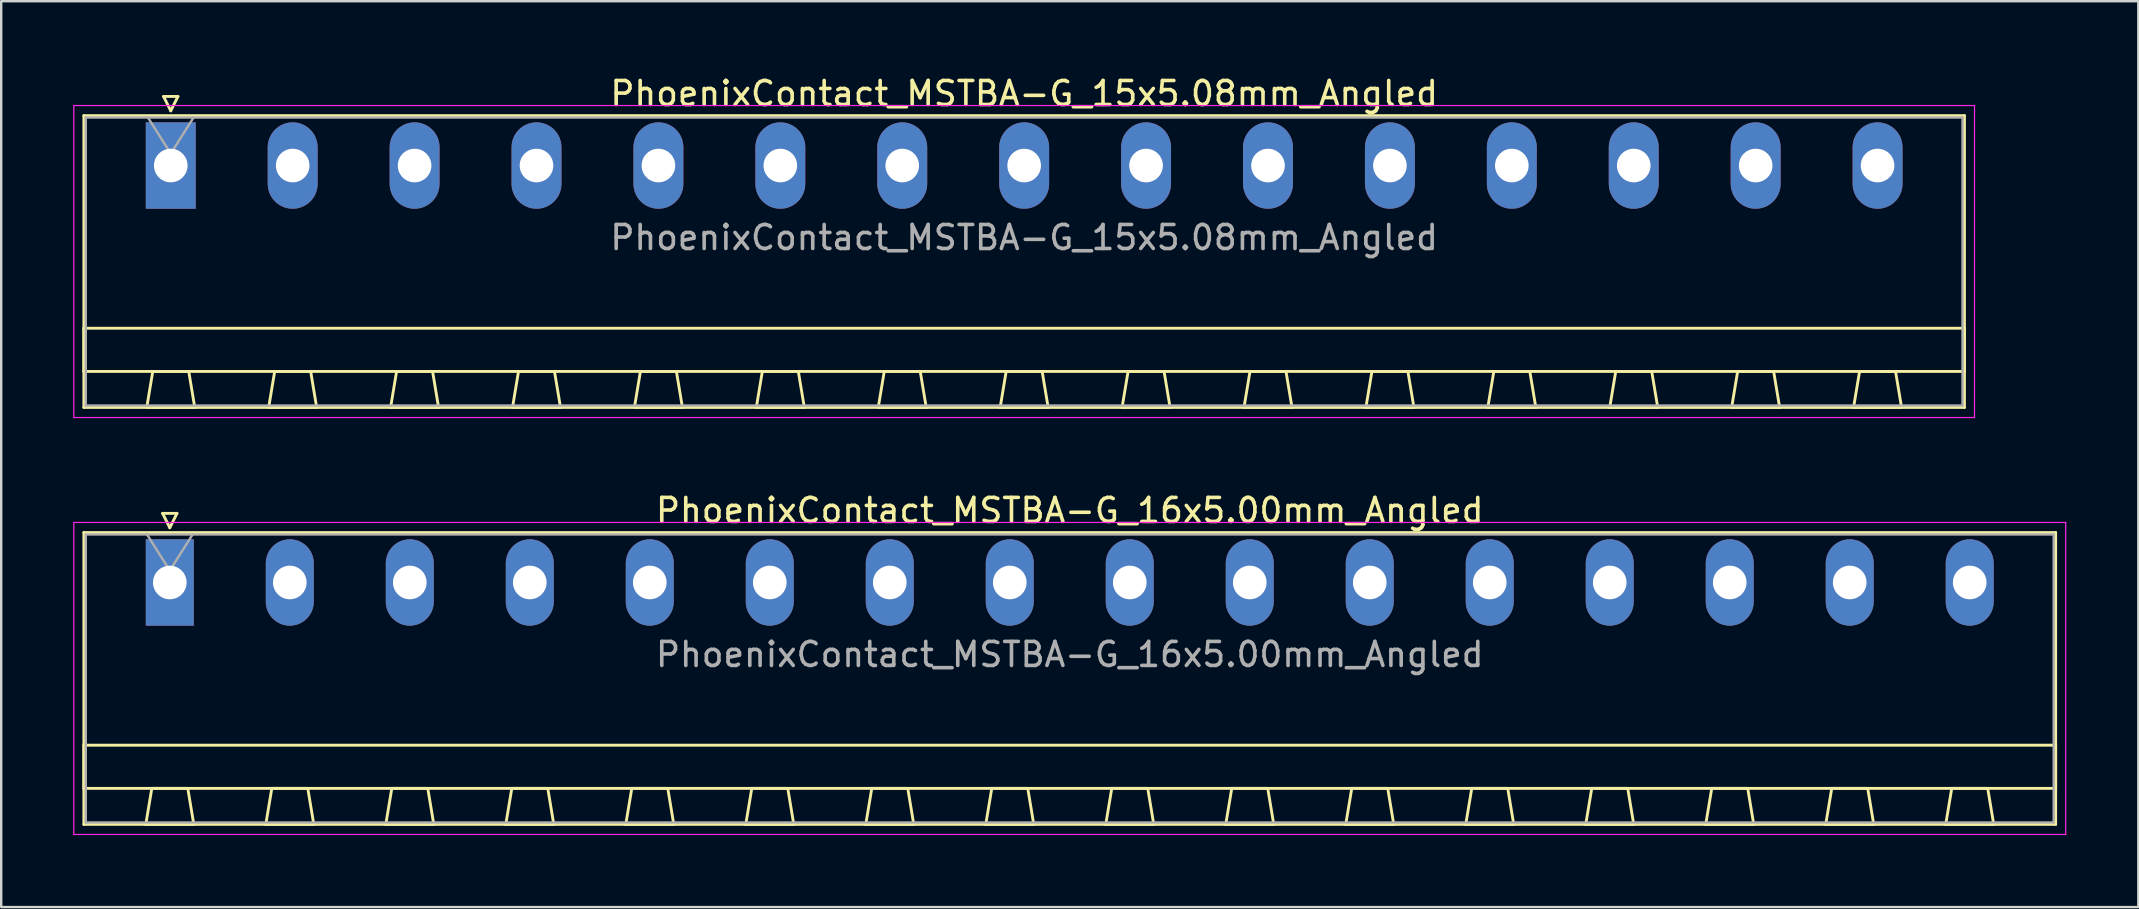
<source format=kicad_pcb>
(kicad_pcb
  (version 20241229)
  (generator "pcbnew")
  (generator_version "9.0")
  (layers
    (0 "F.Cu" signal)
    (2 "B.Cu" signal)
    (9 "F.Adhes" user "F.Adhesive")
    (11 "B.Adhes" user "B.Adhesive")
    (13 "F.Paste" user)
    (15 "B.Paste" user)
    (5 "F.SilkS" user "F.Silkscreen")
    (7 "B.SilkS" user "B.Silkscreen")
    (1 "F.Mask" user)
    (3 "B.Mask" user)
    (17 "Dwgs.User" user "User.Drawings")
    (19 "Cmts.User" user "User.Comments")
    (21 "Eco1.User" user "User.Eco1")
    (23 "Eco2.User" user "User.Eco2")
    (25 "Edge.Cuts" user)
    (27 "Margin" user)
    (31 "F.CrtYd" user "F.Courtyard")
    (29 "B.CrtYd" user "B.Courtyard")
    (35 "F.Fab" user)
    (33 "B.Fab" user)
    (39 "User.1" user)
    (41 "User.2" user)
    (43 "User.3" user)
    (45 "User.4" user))
  (footprint "PhoenixContact_MSTBA-G_16x5.00mm_Angled"
    (layer "F.Cu")
    (at 4.025 21.221)
    (property "Reference" "PhoenixContact_MSTBA-G_16x5.00mm_Angled" (at 37.5 -3 0) (layer "F.SilkS") (effects (font (size 1 1) (thickness 0.15))))
    (attr through_hole)
    (fp_line (start -3.58 -2.08) (end -3.58 10.08) (stroke (width 0.12) (type solid)) (layer "F.SilkS"))
    (fp_line (start -3.58 6.78) (end 78.58 6.78) (stroke (width 0.12) (type solid)) (layer "F.SilkS"))
    (fp_line (start -3.58 8.58) (end -3.58 6.78) (stroke (width 0.12) (type solid)) (layer "F.SilkS"))
    (fp_line (start -3.58 10.08) (end 78.58 10.08) (stroke (width 0.12) (type solid)) (layer "F.SilkS"))
    (fp_line (start -1 10.08) (end 1 10.08) (stroke (width 0.12) (type solid)) (layer "F.SilkS"))
    (fp_line (start -0.75 8.58) (end -1 10.08) (stroke (width 0.12) (type solid)) (layer "F.SilkS"))
    (fp_line (start -0.3 -2.88) (end 0.3 -2.88) (stroke (width 0.12) (type solid)) (layer "F.SilkS"))
    (fp_line (start 0 -2.28) (end -0.3 -2.88) (stroke (width 0.12) (type solid)) (layer "F.SilkS"))
    (fp_line (start 0.3 -2.88) (end 0 -2.28) (stroke (width 0.12) (type solid)) (layer "F.SilkS"))
    (fp_line (start 0.75 8.58) (end -0.75 8.58) (stroke (width 0.12) (type solid)) (layer "F.SilkS"))
    (fp_line (start 1 10.08) (end 0.75 8.58) (stroke (width 0.12) (type solid)) (layer "F.SilkS"))
    (fp_line (start 4 10.08) (end 6 10.08) (stroke (width 0.12) (type solid)) (layer "F.SilkS"))
    (fp_line (start 4.25 8.58) (end 4 10.08) (stroke (width 0.12) (type solid)) (layer "F.SilkS"))
    (fp_line (start 5.75 8.58) (end 4.25 8.58) (stroke (width 0.12) (type solid)) (layer "F.SilkS"))
    (fp_line (start 6 10.08) (end 5.75 8.58) (stroke (width 0.12) (type solid)) (layer "F.SilkS"))
    (fp_line (start 9 10.08) (end 11 10.08) (stroke (width 0.12) (type solid)) (layer "F.SilkS"))
    (fp_line (start 9.25 8.58) (end 9 10.08) (stroke (width 0.12) (type solid)) (layer "F.SilkS"))
    (fp_line (start 10.75 8.58) (end 9.25 8.58) (stroke (width 0.12) (type solid)) (layer "F.SilkS"))
    (fp_line (start 11 10.08) (end 10.75 8.58) (stroke (width 0.12) (type solid)) (layer "F.SilkS"))
    (fp_line (start 14 10.08) (end 16 10.08) (stroke (width 0.12) (type solid)) (layer "F.SilkS"))
    (fp_line (start 14.25 8.58) (end 14 10.08) (stroke (width 0.12) (type solid)) (layer "F.SilkS"))
    (fp_line (start 15.75 8.58) (end 14.25 8.58) (stroke (width 0.12) (type solid)) (layer "F.SilkS"))
    (fp_line (start 16 10.08) (end 15.75 8.58) (stroke (width 0.12) (type solid)) (layer "F.SilkS"))
    (fp_line (start 19 10.08) (end 21 10.08) (stroke (width 0.12) (type solid)) (layer "F.SilkS"))
    (fp_line (start 19.25 8.58) (end 19 10.08) (stroke (width 0.12) (type solid)) (layer "F.SilkS"))
    (fp_line (start 20.75 8.58) (end 19.25 8.58) (stroke (width 0.12) (type solid)) (layer "F.SilkS"))
    (fp_line (start 21 10.08) (end 20.75 8.58) (stroke (width 0.12) (type solid)) (layer "F.SilkS"))
    (fp_line (start 24 10.08) (end 26 10.08) (stroke (width 0.12) (type solid)) (layer "F.SilkS"))
    (fp_line (start 24.25 8.58) (end 24 10.08) (stroke (width 0.12) (type solid)) (layer "F.SilkS"))
    (fp_line (start 25.75 8.58) (end 24.25 8.58) (stroke (width 0.12) (type solid)) (layer "F.SilkS"))
    (fp_line (start 26 10.08) (end 25.75 8.58) (stroke (width 0.12) (type solid)) (layer "F.SilkS"))
    (fp_line (start 29 10.08) (end 31 10.08) (stroke (width 0.12) (type solid)) (layer "F.SilkS"))
    (fp_line (start 29.25 8.58) (end 29 10.08) (stroke (width 0.12) (type solid)) (layer "F.SilkS"))
    (fp_line (start 30.75 8.58) (end 29.25 8.58) (stroke (width 0.12) (type solid)) (layer "F.SilkS"))
    (fp_line (start 31 10.08) (end 30.75 8.58) (stroke (width 0.12) (type solid)) (layer "F.SilkS"))
    (fp_line (start 34 10.08) (end 36 10.08) (stroke (width 0.12) (type solid)) (layer "F.SilkS"))
    (fp_line (start 34.25 8.58) (end 34 10.08) (stroke (width 0.12) (type solid)) (layer "F.SilkS"))
    (fp_line (start 35.75 8.58) (end 34.25 8.58) (stroke (width 0.12) (type solid)) (layer "F.SilkS"))
    (fp_line (start 36 10.08) (end 35.75 8.58) (stroke (width 0.12) (type solid)) (layer "F.SilkS"))
    (fp_line (start 39 10.08) (end 41 10.08) (stroke (width 0.12) (type solid)) (layer "F.SilkS"))
    (fp_line (start 39.25 8.58) (end 39 10.08) (stroke (width 0.12) (type solid)) (layer "F.SilkS"))
    (fp_line (start 40.75 8.58) (end 39.25 8.58) (stroke (width 0.12) (type solid)) (layer "F.SilkS"))
    (fp_line (start 41 10.08) (end 40.75 8.58) (stroke (width 0.12) (type solid)) (layer "F.SilkS"))
    (fp_line (start 44 10.08) (end 46 10.08) (stroke (width 0.12) (type solid)) (layer "F.SilkS"))
    (fp_line (start 44.25 8.58) (end 44 10.08) (stroke (width 0.12) (type solid)) (layer "F.SilkS"))
    (fp_line (start 45.75 8.58) (end 44.25 8.58) (stroke (width 0.12) (type solid)) (layer "F.SilkS"))
    (fp_line (start 46 10.08) (end 45.75 8.58) (stroke (width 0.12) (type solid)) (layer "F.SilkS"))
    (fp_line (start 49 10.08) (end 51 10.08) (stroke (width 0.12) (type solid)) (layer "F.SilkS"))
    (fp_line (start 49.25 8.58) (end 49 10.08) (stroke (width 0.12) (type solid)) (layer "F.SilkS"))
    (fp_line (start 50.75 8.58) (end 49.25 8.58) (stroke (width 0.12) (type solid)) (layer "F.SilkS"))
    (fp_line (start 51 10.08) (end 50.75 8.58) (stroke (width 0.12) (type solid)) (layer "F.SilkS"))
    (fp_line (start 54 10.08) (end 56 10.08) (stroke (width 0.12) (type solid)) (layer "F.SilkS"))
    (fp_line (start 54.25 8.58) (end 54 10.08) (stroke (width 0.12) (type solid)) (layer "F.SilkS"))
    (fp_line (start 55.75 8.58) (end 54.25 8.58) (stroke (width 0.12) (type solid)) (layer "F.SilkS"))
    (fp_line (start 56 10.08) (end 55.75 8.58) (stroke (width 0.12) (type solid)) (layer "F.SilkS"))
    (fp_line (start 59 10.08) (end 61 10.08) (stroke (width 0.12) (type solid)) (layer "F.SilkS"))
    (fp_line (start 59.25 8.58) (end 59 10.08) (stroke (width 0.12) (type solid)) (layer "F.SilkS"))
    (fp_line (start 60.75 8.58) (end 59.25 8.58) (stroke (width 0.12) (type solid)) (layer "F.SilkS"))
    (fp_line (start 61 10.08) (end 60.75 8.58) (stroke (width 0.12) (type solid)) (layer "F.SilkS"))
    (fp_line (start 64 10.08) (end 66 10.08) (stroke (width 0.12) (type solid)) (layer "F.SilkS"))
    (fp_line (start 64.25 8.58) (end 64 10.08) (stroke (width 0.12) (type solid)) (layer "F.SilkS"))
    (fp_line (start 65.75 8.58) (end 64.25 8.58) (stroke (width 0.12) (type solid)) (layer "F.SilkS"))
    (fp_line (start 66 10.08) (end 65.75 8.58) (stroke (width 0.12) (type solid)) (layer "F.SilkS"))
    (fp_line (start 69 10.08) (end 71 10.08) (stroke (width 0.12) (type solid)) (layer "F.SilkS"))
    (fp_line (start 69.25 8.58) (end 69 10.08) (stroke (width 0.12) (type solid)) (layer "F.SilkS"))
    (fp_line (start 70.75 8.58) (end 69.25 8.58) (stroke (width 0.12) (type solid)) (layer "F.SilkS"))
    (fp_line (start 71 10.08) (end 70.75 8.58) (stroke (width 0.12) (type solid)) (layer "F.SilkS"))
    (fp_line (start 74 10.08) (end 76 10.08) (stroke (width 0.12) (type solid)) (layer "F.SilkS"))
    (fp_line (start 74.25 8.58) (end 74 10.08) (stroke (width 0.12) (type solid)) (layer "F.SilkS"))
    (fp_line (start 75.75 8.58) (end 74.25 8.58) (stroke (width 0.12) (type solid)) (layer "F.SilkS"))
    (fp_line (start 76 10.08) (end 75.75 8.58) (stroke (width 0.12) (type solid)) (layer "F.SilkS"))
    (fp_line (start 78.58 -2.08) (end -3.58 -2.08) (stroke (width 0.12) (type solid)) (layer "F.SilkS"))
    (fp_line (start 78.58 6.78) (end 78.58 8.58) (stroke (width 0.12) (type solid)) (layer "F.SilkS"))
    (fp_line (start 78.58 8.58) (end -3.58 8.58) (stroke (width 0.12) (type solid)) (layer "F.SilkS"))
    (fp_line (start 78.58 10.08) (end 78.58 -2.08) (stroke (width 0.12) (type solid)) (layer "F.SilkS"))
    (fp_line (start -4 -2.5) (end -4 10.5) (stroke (width 0.05) (type solid)) (layer "F.CrtYd"))
    (fp_line (start -4 10.5) (end 79 10.5) (stroke (width 0.05) (type solid)) (layer "F.CrtYd"))
    (fp_line (start 79 -2.5) (end -4 -2.5) (stroke (width 0.05) (type solid)) (layer "F.CrtYd"))
    (fp_line (start 79 10.5) (end 79 -2.5) (stroke (width 0.05) (type solid)) (layer "F.CrtYd"))
    (fp_line (start -3.5 -2) (end -3.5 10) (stroke (width 0.1) (type solid)) (layer "F.Fab"))
    (fp_line (start -3.5 10) (end 78.5 10) (stroke (width 0.1) (type solid)) (layer "F.Fab"))
    (fp_line (start 0 -0.5) (end -0.95 -2) (stroke (width 0.1) (type solid)) (layer "F.Fab"))
    (fp_line (start 0.95 -2) (end 0 -0.5) (stroke (width 0.1) (type solid)) (layer "F.Fab"))
    (fp_line (start 78.5 -2) (end -3.5 -2) (stroke (width 0.1) (type solid)) (layer "F.Fab"))
    (fp_line (start 78.5 10) (end 78.5 -2) (stroke (width 0.1) (type solid)) (layer "F.Fab"))
    (fp_text user "${REFERENCE}" (at 37.5 3 0) (layer "F.Fab") (effects (font (size 1 1) (thickness 0.15))))
    (pad "1" thru_hole rect (at 0 0) (size 2 3.6) (drill 1.4) (layers "*.Cu" "*.Mask"))
    (pad "2" thru_hole oval (at 5 0) (size 2 3.6) (drill 1.4) (layers "*.Cu" "*.Mask"))
    (pad "3" thru_hole oval (at 10 0) (size 2 3.6) (drill 1.4) (layers "*.Cu" "*.Mask"))
    (pad "4" thru_hole oval (at 15 0) (size 2 3.6) (drill 1.4) (layers "*.Cu" "*.Mask"))
    (pad "5" thru_hole oval (at 20 0) (size 2 3.6) (drill 1.4) (layers "*.Cu" "*.Mask"))
    (pad "6" thru_hole oval (at 25 0) (size 2 3.6) (drill 1.4) (layers "*.Cu" "*.Mask"))
    (pad "7" thru_hole oval (at 30 0) (size 2 3.6) (drill 1.4) (layers "*.Cu" "*.Mask"))
    (pad "8" thru_hole oval (at 35 0) (size 2 3.6) (drill 1.4) (layers "*.Cu" "*.Mask"))
    (pad "9" thru_hole oval (at 40 0) (size 2 3.6) (drill 1.4) (layers "*.Cu" "*.Mask"))
    (pad "10" thru_hole oval (at 45 0) (size 2 3.6) (drill 1.4) (layers "*.Cu" "*.Mask"))
    (pad "11" thru_hole oval (at 50 0) (size 2 3.6) (drill 1.4) (layers "*.Cu" "*.Mask"))
    (pad "12" thru_hole oval (at 55 0) (size 2 3.6) (drill 1.4) (layers "*.Cu" "*.Mask"))
    (pad "13" thru_hole oval (at 60 0) (size 2 3.6) (drill 1.4) (layers "*.Cu" "*.Mask"))
    (pad "14" thru_hole oval (at 65 0) (size 2 3.6) (drill 1.4) (layers "*.Cu" "*.Mask"))
    (pad "15" thru_hole oval (at 70 0) (size 2 3.6) (drill 1.4) (layers "*.Cu" "*.Mask"))
    (pad "16" thru_hole oval (at 75 0) (size 2 3.6) (drill 1.4) (layers "*.Cu" "*.Mask")))
  (footprint "PhoenixContact_MSTBA-G_15x5.08mm_Angled"
    (layer "F.Cu")
    (at 4.065 3.848)
    (property "Reference" "PhoenixContact_MSTBA-G_15x5.08mm_Angled" (at 35.56 -3 0) (layer "F.SilkS") (effects (font (size 1 1) (thickness 0.15))))
    (attr through_hole)
    (fp_line (start -3.62 -2.08) (end -3.62 10.08) (stroke (width 0.12) (type solid)) (layer "F.SilkS"))
    (fp_line (start -3.62 6.78) (end 74.74 6.78) (stroke (width 0.12) (type solid)) (layer "F.SilkS"))
    (fp_line (start -3.62 8.58) (end -3.62 6.78) (stroke (width 0.12) (type solid)) (layer "F.SilkS"))
    (fp_line (start -3.62 10.08) (end 74.74 10.08) (stroke (width 0.12) (type solid)) (layer "F.SilkS"))
    (fp_line (start -1 10.08) (end 1 10.08) (stroke (width 0.12) (type solid)) (layer "F.SilkS"))
    (fp_line (start -0.75 8.58) (end -1 10.08) (stroke (width 0.12) (type solid)) (layer "F.SilkS"))
    (fp_line (start -0.3 -2.88) (end 0.3 -2.88) (stroke (width 0.12) (type solid)) (layer "F.SilkS"))
    (fp_line (start 0 -2.28) (end -0.3 -2.88) (stroke (width 0.12) (type solid)) (layer "F.SilkS"))
    (fp_line (start 0.3 -2.88) (end 0 -2.28) (stroke (width 0.12) (type solid)) (layer "F.SilkS"))
    (fp_line (start 0.75 8.58) (end -0.75 8.58) (stroke (width 0.12) (type solid)) (layer "F.SilkS"))
    (fp_line (start 1 10.08) (end 0.75 8.58) (stroke (width 0.12) (type solid)) (layer "F.SilkS"))
    (fp_line (start 4.08 10.08) (end 6.08 10.08) (stroke (width 0.12) (type solid)) (layer "F.SilkS"))
    (fp_line (start 4.33 8.58) (end 4.08 10.08) (stroke (width 0.12) (type solid)) (layer "F.SilkS"))
    (fp_line (start 5.83 8.58) (end 4.33 8.58) (stroke (width 0.12) (type solid)) (layer "F.SilkS"))
    (fp_line (start 6.08 10.08) (end 5.83 8.58) (stroke (width 0.12) (type solid)) (layer "F.SilkS"))
    (fp_line (start 9.16 10.08) (end 11.16 10.08) (stroke (width 0.12) (type solid)) (layer "F.SilkS"))
    (fp_line (start 9.41 8.58) (end 9.16 10.08) (stroke (width 0.12) (type solid)) (layer "F.SilkS"))
    (fp_line (start 10.91 8.58) (end 9.41 8.58) (stroke (width 0.12) (type solid)) (layer "F.SilkS"))
    (fp_line (start 11.16 10.08) (end 10.91 8.58) (stroke (width 0.12) (type solid)) (layer "F.SilkS"))
    (fp_line (start 14.24 10.08) (end 16.24 10.08) (stroke (width 0.12) (type solid)) (layer "F.SilkS"))
    (fp_line (start 14.49 8.58) (end 14.24 10.08) (stroke (width 0.12) (type solid)) (layer "F.SilkS"))
    (fp_line (start 15.99 8.58) (end 14.49 8.58) (stroke (width 0.12) (type solid)) (layer "F.SilkS"))
    (fp_line (start 16.24 10.08) (end 15.99 8.58) (stroke (width 0.12) (type solid)) (layer "F.SilkS"))
    (fp_line (start 19.32 10.08) (end 21.32 10.08) (stroke (width 0.12) (type solid)) (layer "F.SilkS"))
    (fp_line (start 19.57 8.58) (end 19.32 10.08) (stroke (width 0.12) (type solid)) (layer "F.SilkS"))
    (fp_line (start 21.07 8.58) (end 19.57 8.58) (stroke (width 0.12) (type solid)) (layer "F.SilkS"))
    (fp_line (start 21.32 10.08) (end 21.07 8.58) (stroke (width 0.12) (type solid)) (layer "F.SilkS"))
    (fp_line (start 24.4 10.08) (end 26.4 10.08) (stroke (width 0.12) (type solid)) (layer "F.SilkS"))
    (fp_line (start 24.65 8.58) (end 24.4 10.08) (stroke (width 0.12) (type solid)) (layer "F.SilkS"))
    (fp_line (start 26.15 8.58) (end 24.65 8.58) (stroke (width 0.12) (type solid)) (layer "F.SilkS"))
    (fp_line (start 26.4 10.08) (end 26.15 8.58) (stroke (width 0.12) (type solid)) (layer "F.SilkS"))
    (fp_line (start 29.48 10.08) (end 31.48 10.08) (stroke (width 0.12) (type solid)) (layer "F.SilkS"))
    (fp_line (start 29.73 8.58) (end 29.48 10.08) (stroke (width 0.12) (type solid)) (layer "F.SilkS"))
    (fp_line (start 31.23 8.58) (end 29.73 8.58) (stroke (width 0.12) (type solid)) (layer "F.SilkS"))
    (fp_line (start 31.48 10.08) (end 31.23 8.58) (stroke (width 0.12) (type solid)) (layer "F.SilkS"))
    (fp_line (start 34.56 10.08) (end 36.56 10.08) (stroke (width 0.12) (type solid)) (layer "F.SilkS"))
    (fp_line (start 34.81 8.58) (end 34.56 10.08) (stroke (width 0.12) (type solid)) (layer "F.SilkS"))
    (fp_line (start 36.31 8.58) (end 34.81 8.58) (stroke (width 0.12) (type solid)) (layer "F.SilkS"))
    (fp_line (start 36.56 10.08) (end 36.31 8.58) (stroke (width 0.12) (type solid)) (layer "F.SilkS"))
    (fp_line (start 39.64 10.08) (end 41.64 10.08) (stroke (width 0.12) (type solid)) (layer "F.SilkS"))
    (fp_line (start 39.89 8.58) (end 39.64 10.08) (stroke (width 0.12) (type solid)) (layer "F.SilkS"))
    (fp_line (start 41.39 8.58) (end 39.89 8.58) (stroke (width 0.12) (type solid)) (layer "F.SilkS"))
    (fp_line (start 41.64 10.08) (end 41.39 8.58) (stroke (width 0.12) (type solid)) (layer "F.SilkS"))
    (fp_line (start 44.72 10.08) (end 46.72 10.08) (stroke (width 0.12) (type solid)) (layer "F.SilkS"))
    (fp_line (start 44.97 8.58) (end 44.72 10.08) (stroke (width 0.12) (type solid)) (layer "F.SilkS"))
    (fp_line (start 46.47 8.58) (end 44.97 8.58) (stroke (width 0.12) (type solid)) (layer "F.SilkS"))
    (fp_line (start 46.72 10.08) (end 46.47 8.58) (stroke (width 0.12) (type solid)) (layer "F.SilkS"))
    (fp_line (start 49.8 10.08) (end 51.8 10.08) (stroke (width 0.12) (type solid)) (layer "F.SilkS"))
    (fp_line (start 50.05 8.58) (end 49.8 10.08) (stroke (width 0.12) (type solid)) (layer "F.SilkS"))
    (fp_line (start 51.55 8.58) (end 50.05 8.58) (stroke (width 0.12) (type solid)) (layer "F.SilkS"))
    (fp_line (start 51.8 10.08) (end 51.55 8.58) (stroke (width 0.12) (type solid)) (layer "F.SilkS"))
    (fp_line (start 54.88 10.08) (end 56.88 10.08) (stroke (width 0.12) (type solid)) (layer "F.SilkS"))
    (fp_line (start 55.13 8.58) (end 54.88 10.08) (stroke (width 0.12) (type solid)) (layer "F.SilkS"))
    (fp_line (start 56.63 8.58) (end 55.13 8.58) (stroke (width 0.12) (type solid)) (layer "F.SilkS"))
    (fp_line (start 56.88 10.08) (end 56.63 8.58) (stroke (width 0.12) (type solid)) (layer "F.SilkS"))
    (fp_line (start 59.96 10.08) (end 61.96 10.08) (stroke (width 0.12) (type solid)) (layer "F.SilkS"))
    (fp_line (start 60.21 8.58) (end 59.96 10.08) (stroke (width 0.12) (type solid)) (layer "F.SilkS"))
    (fp_line (start 61.71 8.58) (end 60.21 8.58) (stroke (width 0.12) (type solid)) (layer "F.SilkS"))
    (fp_line (start 61.96 10.08) (end 61.71 8.58) (stroke (width 0.12) (type solid)) (layer "F.SilkS"))
    (fp_line (start 65.04 10.08) (end 67.04 10.08) (stroke (width 0.12) (type solid)) (layer "F.SilkS"))
    (fp_line (start 65.29 8.58) (end 65.04 10.08) (stroke (width 0.12) (type solid)) (layer "F.SilkS"))
    (fp_line (start 66.79 8.58) (end 65.29 8.58) (stroke (width 0.12) (type solid)) (layer "F.SilkS"))
    (fp_line (start 67.04 10.08) (end 66.79 8.58) (stroke (width 0.12) (type solid)) (layer "F.SilkS"))
    (fp_line (start 70.12 10.08) (end 72.12 10.08) (stroke (width 0.12) (type solid)) (layer "F.SilkS"))
    (fp_line (start 70.37 8.58) (end 70.12 10.08) (stroke (width 0.12) (type solid)) (layer "F.SilkS"))
    (fp_line (start 71.87 8.58) (end 70.37 8.58) (stroke (width 0.12) (type solid)) (layer "F.SilkS"))
    (fp_line (start 72.12 10.08) (end 71.87 8.58) (stroke (width 0.12) (type solid)) (layer "F.SilkS"))
    (fp_line (start 74.74 -2.08) (end -3.62 -2.08) (stroke (width 0.12) (type solid)) (layer "F.SilkS"))
    (fp_line (start 74.74 6.78) (end 74.74 8.58) (stroke (width 0.12) (type solid)) (layer "F.SilkS"))
    (fp_line (start 74.74 8.58) (end -3.62 8.58) (stroke (width 0.12) (type solid)) (layer "F.SilkS"))
    (fp_line (start 74.74 10.08) (end 74.74 -2.08) (stroke (width 0.12) (type solid)) (layer "F.SilkS"))
    (fp_line (start -4.04 -2.5) (end -4.04 10.5) (stroke (width 0.05) (type solid)) (layer "F.CrtYd"))
    (fp_line (start -4.04 10.5) (end 75.16 10.5) (stroke (width 0.05) (type solid)) (layer "F.CrtYd"))
    (fp_line (start 75.16 -2.5) (end -4.04 -2.5) (stroke (width 0.05) (type solid)) (layer "F.CrtYd"))
    (fp_line (start 75.16 10.5) (end 75.16 -2.5) (stroke (width 0.05) (type solid)) (layer "F.CrtYd"))
    (fp_line (start -3.54 -2) (end -3.54 10) (stroke (width 0.1) (type solid)) (layer "F.Fab"))
    (fp_line (start -3.54 10) (end 74.66 10) (stroke (width 0.1) (type solid)) (layer "F.Fab"))
    (fp_line (start 0 -0.5) (end -0.95 -2) (stroke (width 0.1) (type solid)) (layer "F.Fab"))
    (fp_line (start 0.95 -2) (end 0 -0.5) (stroke (width 0.1) (type solid)) (layer "F.Fab"))
    (fp_line (start 74.66 -2) (end -3.54 -2) (stroke (width 0.1) (type solid)) (layer "F.Fab"))
    (fp_line (start 74.66 10) (end 74.66 -2) (stroke (width 0.1) (type solid)) (layer "F.Fab"))
    (fp_text user "${REFERENCE}" (at 35.56 3 0) (layer "F.Fab") (effects (font (size 1 1) (thickness 0.15))))
    (pad "1" thru_hole rect (at 0 0) (size 2.08 3.6) (drill 1.4) (layers "*.Cu" "*.Mask"))
    (pad "2" thru_hole oval (at 5.08 0) (size 2.08 3.6) (drill 1.4) (layers "*.Cu" "*.Mask"))
    (pad "3" thru_hole oval (at 10.16 0) (size 2.08 3.6) (drill 1.4) (layers "*.Cu" "*.Mask"))
    (pad "4" thru_hole oval (at 15.24 0) (size 2.08 3.6) (drill 1.4) (layers "*.Cu" "*.Mask"))
    (pad "5" thru_hole oval (at 20.32 0) (size 2.08 3.6) (drill 1.4) (layers "*.Cu" "*.Mask"))
    (pad "6" thru_hole oval (at 25.4 0) (size 2.08 3.6) (drill 1.4) (layers "*.Cu" "*.Mask"))
    (pad "7" thru_hole oval (at 30.48 0) (size 2.08 3.6) (drill 1.4) (layers "*.Cu" "*.Mask"))
    (pad "8" thru_hole oval (at 35.56 0) (size 2.08 3.6) (drill 1.4) (layers "*.Cu" "*.Mask"))
    (pad "9" thru_hole oval (at 40.64 0) (size 2.08 3.6) (drill 1.4) (layers "*.Cu" "*.Mask"))
    (pad "10" thru_hole oval (at 45.72 0) (size 2.08 3.6) (drill 1.4) (layers "*.Cu" "*.Mask"))
    (pad "11" thru_hole oval (at 50.8 0) (size 2.08 3.6) (drill 1.4) (layers "*.Cu" "*.Mask"))
    (pad "12" thru_hole oval (at 55.88 0) (size 2.08 3.6) (drill 1.4) (layers "*.Cu" "*.Mask"))
    (pad "13" thru_hole oval (at 60.96 0) (size 2.08 3.6) (drill 1.4) (layers "*.Cu" "*.Mask"))
    (pad "14" thru_hole oval (at 66.04 0) (size 2.08 3.6) (drill 1.4) (layers "*.Cu" "*.Mask"))
    (pad "15" thru_hole oval (at 71.12 0) (size 2.08 3.6) (drill 1.4) (layers "*.Cu" "*.Mask")))
  (gr_rect
    (start -3 -3)
    (end 86.05 34.746)
    (stroke (width 0.1) (type default))
    (fill no)
    (layer "Edge.Cuts")))
</source>
